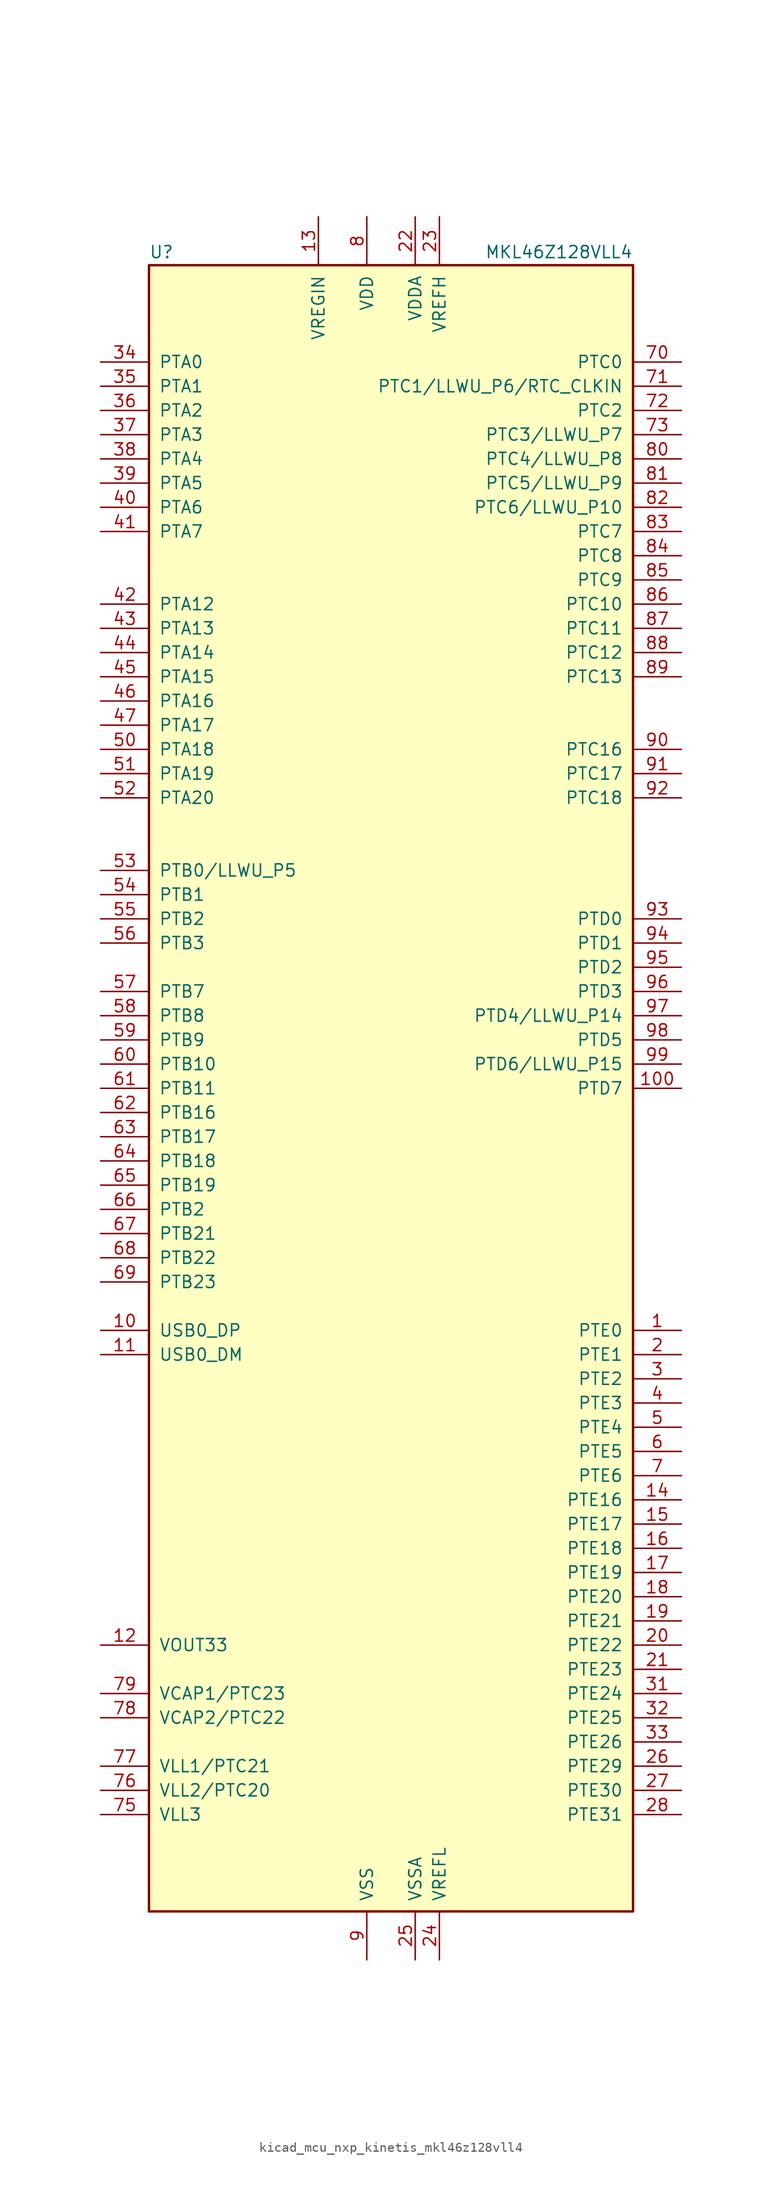
<source format=kicad_sym>
(kicad_symbol_lib
  (version 20220914)
  (generator kicad_symbol_editor)
  (symbol "kicad_mcu_nxp_kinetis_mkl46z128vll4"
    (pin_names
      (offset 1.016))
    (property "Reference" "U"
      (at -25.4 86.995 0)
      (effects (font (size 1.27 1.27)) (justify left bottom)))
    (property "Value" "MKL46Z128VLL4"
      (at 25.4 86.995 0)
      (effects (font (size 1.27 1.27)) (justify right bottom)))
    (symbol "kicad_mcu_nxp_kinetis_mkl46z128vll4_0_1"
      (rectangle (start -25.4 86.36) (end 25.4 -86.36) (stroke (width 0.254) (type default)) (fill (type background))))
    (symbol "kicad_mcu_nxp_kinetis_mkl46z128vll4_1_1"
      (pin bidirectional line (at 30.48 -25.4 180) (length 5.08) (name "PTE0" (effects (font (size 1.27 1.27)))) (number "1" (effects (font (size 1.27 1.27)))))
      (pin bidirectional line (at -30.48 -25.4 0) (length 5.08) (name "USB0_DP" (effects (font (size 1.27 1.27)))) (number "10" (effects (font (size 1.27 1.27)))))
      (pin bidirectional line (at 30.48 0 180) (length 5.08) (name "PTD7" (effects (font (size 1.27 1.27)))) (number "100" (effects (font (size 1.27 1.27)))))
      (pin bidirectional line (at -30.48 -27.94 0) (length 5.08) (name "USB0_DM" (effects (font (size 1.27 1.27)))) (number "11" (effects (font (size 1.27 1.27)))))
      (pin power_out line (at -30.48 -58.42 0) (length 5.08) (name "VOUT33" (effects (font (size 1.27 1.27)))) (number "12" (effects (font (size 1.27 1.27)))))
      (pin power_in line (at -7.62 91.44 270) (length 5.08) (name "VREGIN" (effects (font (size 1.27 1.27)))) (number "13" (effects (font (size 1.27 1.27)))))
      (pin bidirectional line (at 30.48 -43.18 180) (length 5.08) (name "PTE16" (effects (font (size 1.27 1.27)))) (number "14" (effects (font (size 1.27 1.27)))))
      (pin bidirectional line (at 30.48 -45.72 180) (length 5.08) (name "PTE17" (effects (font (size 1.27 1.27)))) (number "15" (effects (font (size 1.27 1.27)))))
      (pin bidirectional line (at 30.48 -48.26 180) (length 5.08) (name "PTE18" (effects (font (size 1.27 1.27)))) (number "16" (effects (font (size 1.27 1.27)))))
      (pin bidirectional line (at 30.48 -50.8 180) (length 5.08) (name "PTE19" (effects (font (size 1.27 1.27)))) (number "17" (effects (font (size 1.27 1.27)))))
      (pin bidirectional line (at 30.48 -53.34 180) (length 5.08) (name "PTE20" (effects (font (size 1.27 1.27)))) (number "18" (effects (font (size 1.27 1.27)))))
      (pin bidirectional line (at 30.48 -55.88 180) (length 5.08) (name "PTE21" (effects (font (size 1.27 1.27)))) (number "19" (effects (font (size 1.27 1.27)))))
      (pin bidirectional line (at 30.48 -27.94 180) (length 5.08) (name "PTE1" (effects (font (size 1.27 1.27)))) (number "2" (effects (font (size 1.27 1.27)))))
      (pin bidirectional line (at 30.48 -58.42 180) (length 5.08) (name "PTE22" (effects (font (size 1.27 1.27)))) (number "20" (effects (font (size 1.27 1.27)))))
      (pin bidirectional line (at 30.48 -60.96 180) (length 5.08) (name "PTE23" (effects (font (size 1.27 1.27)))) (number "21" (effects (font (size 1.27 1.27)))))
      (pin power_in line (at 2.54 91.44 270) (length 5.08) (name "VDDA" (effects (font (size 1.27 1.27)))) (number "22" (effects (font (size 1.27 1.27)))))
      (pin power_in line (at 5.08 91.44 270) (length 5.08) (name "VREFH" (effects (font (size 1.27 1.27)))) (number "23" (effects (font (size 1.27 1.27)))))
      (pin power_in line (at 5.08 -91.44 90) (length 5.08) (name "VREFL" (effects (font (size 1.27 1.27)))) (number "24" (effects (font (size 1.27 1.27)))))
      (pin power_in line (at 2.54 -91.44 90) (length 5.08) (name "VSSA" (effects (font (size 1.27 1.27)))) (number "25" (effects (font (size 1.27 1.27)))))
      (pin bidirectional line (at 30.48 -71.12 180) (length 5.08) (name "PTE29" (effects (font (size 1.27 1.27)))) (number "26" (effects (font (size 1.27 1.27)))))
      (pin bidirectional line (at 30.48 -73.66 180) (length 5.08) (name "PTE30" (effects (font (size 1.27 1.27)))) (number "27" (effects (font (size 1.27 1.27)))))
      (pin bidirectional line (at 30.48 -76.2 180) (length 5.08) (name "PTE31" (effects (font (size 1.27 1.27)))) (number "28" (effects (font (size 1.27 1.27)))))
      (pin passive line (at -2.54 -91.44 90) (length 5.08) hide (name "VSS" (effects (font (size 1.27 1.27)))) (number "29" (effects (font (size 1.27 1.27)))))
      (pin bidirectional line (at 30.48 -30.48 180) (length 5.08) (name "PTE2" (effects (font (size 1.27 1.27)))) (number "3" (effects (font (size 1.27 1.27)))))
      (pin passive line (at -2.54 91.44 270) (length 5.08) hide (name "VDD" (effects (font (size 1.27 1.27)))) (number "30" (effects (font (size 1.27 1.27)))))
      (pin bidirectional line (at 30.48 -63.5 180) (length 5.08) (name "PTE24" (effects (font (size 1.27 1.27)))) (number "31" (effects (font (size 1.27 1.27)))))
      (pin bidirectional line (at 30.48 -66.04 180) (length 5.08) (name "PTE25" (effects (font (size 1.27 1.27)))) (number "32" (effects (font (size 1.27 1.27)))))
      (pin bidirectional line (at 30.48 -68.58 180) (length 5.08) (name "PTE26" (effects (font (size 1.27 1.27)))) (number "33" (effects (font (size 1.27 1.27)))))
      (pin bidirectional line (at -30.48 76.2 0) (length 5.08) (name "PTA0" (effects (font (size 1.27 1.27)))) (number "34" (effects (font (size 1.27 1.27)))))
      (pin bidirectional line (at -30.48 73.66 0) (length 5.08) (name "PTA1" (effects (font (size 1.27 1.27)))) (number "35" (effects (font (size 1.27 1.27)))))
      (pin bidirectional line (at -30.48 71.12 0) (length 5.08) (name "PTA2" (effects (font (size 1.27 1.27)))) (number "36" (effects (font (size 1.27 1.27)))))
      (pin bidirectional line (at -30.48 68.58 0) (length 5.08) (name "PTA3" (effects (font (size 1.27 1.27)))) (number "37" (effects (font (size 1.27 1.27)))))
      (pin bidirectional line (at -30.48 66.04 0) (length 5.08) (name "PTA4" (effects (font (size 1.27 1.27)))) (number "38" (effects (font (size 1.27 1.27)))))
      (pin bidirectional line (at -30.48 63.5 0) (length 5.08) (name "PTA5" (effects (font (size 1.27 1.27)))) (number "39" (effects (font (size 1.27 1.27)))))
      (pin bidirectional line (at 30.48 -33.02 180) (length 5.08) (name "PTE3" (effects (font (size 1.27 1.27)))) (number "4" (effects (font (size 1.27 1.27)))))
      (pin bidirectional line (at -30.48 60.96 0) (length 5.08) (name "PTA6" (effects (font (size 1.27 1.27)))) (number "40" (effects (font (size 1.27 1.27)))))
      (pin bidirectional line (at -30.48 58.42 0) (length 5.08) (name "PTA7" (effects (font (size 1.27 1.27)))) (number "41" (effects (font (size 1.27 1.27)))))
      (pin bidirectional line (at -30.48 50.8 0) (length 5.08) (name "PTA12" (effects (font (size 1.27 1.27)))) (number "42" (effects (font (size 1.27 1.27)))))
      (pin bidirectional line (at -30.48 48.26 0) (length 5.08) (name "PTA13" (effects (font (size 1.27 1.27)))) (number "43" (effects (font (size 1.27 1.27)))))
      (pin bidirectional line (at -30.48 45.72 0) (length 5.08) (name "PTA14" (effects (font (size 1.27 1.27)))) (number "44" (effects (font (size 1.27 1.27)))))
      (pin bidirectional line (at -30.48 43.18 0) (length 5.08) (name "PTA15" (effects (font (size 1.27 1.27)))) (number "45" (effects (font (size 1.27 1.27)))))
      (pin bidirectional line (at -30.48 40.64 0) (length 5.08) (name "PTA16" (effects (font (size 1.27 1.27)))) (number "46" (effects (font (size 1.27 1.27)))))
      (pin bidirectional line (at -30.48 38.1 0) (length 5.08) (name "PTA17" (effects (font (size 1.27 1.27)))) (number "47" (effects (font (size 1.27 1.27)))))
      (pin passive line (at -2.54 91.44 270) (length 5.08) hide (name "VDD" (effects (font (size 1.27 1.27)))) (number "48" (effects (font (size 1.27 1.27)))))
      (pin passive line (at -2.54 -91.44 90) (length 5.08) hide (name "VSS" (effects (font (size 1.27 1.27)))) (number "49" (effects (font (size 1.27 1.27)))))
      (pin bidirectional line (at 30.48 -35.56 180) (length 5.08) (name "PTE4" (effects (font (size 1.27 1.27)))) (number "5" (effects (font (size 1.27 1.27)))))
      (pin bidirectional line (at -30.48 35.56 0) (length 5.08) (name "PTA18" (effects (font (size 1.27 1.27)))) (number "50" (effects (font (size 1.27 1.27)))))
      (pin bidirectional line (at -30.48 33.02 0) (length 5.08) (name "PTA19" (effects (font (size 1.27 1.27)))) (number "51" (effects (font (size 1.27 1.27)))))
      (pin bidirectional line (at -30.48 30.48 0) (length 5.08) (name "PTA20" (effects (font (size 1.27 1.27)))) (number "52" (effects (font (size 1.27 1.27)))))
      (pin bidirectional line (at -30.48 22.86 0) (length 5.08) (name "PTB0/LLWU_P5" (effects (font (size 1.27 1.27)))) (number "53" (effects (font (size 1.27 1.27)))))
      (pin bidirectional line (at -30.48 20.32 0) (length 5.08) (name "PTB1" (effects (font (size 1.27 1.27)))) (number "54" (effects (font (size 1.27 1.27)))))
      (pin bidirectional line (at -30.48 17.78 0) (length 5.08) (name "PTB2" (effects (font (size 1.27 1.27)))) (number "55" (effects (font (size 1.27 1.27)))))
      (pin bidirectional line (at -30.48 15.24 0) (length 5.08) (name "PTB3" (effects (font (size 1.27 1.27)))) (number "56" (effects (font (size 1.27 1.27)))))
      (pin bidirectional line (at -30.48 10.16 0) (length 5.08) (name "PTB7" (effects (font (size 1.27 1.27)))) (number "57" (effects (font (size 1.27 1.27)))))
      (pin bidirectional line (at -30.48 7.62 0) (length 5.08) (name "PTB8" (effects (font (size 1.27 1.27)))) (number "58" (effects (font (size 1.27 1.27)))))
      (pin bidirectional line (at -30.48 5.08 0) (length 5.08) (name "PTB9" (effects (font (size 1.27 1.27)))) (number "59" (effects (font (size 1.27 1.27)))))
      (pin bidirectional line (at 30.48 -38.1 180) (length 5.08) (name "PTE5" (effects (font (size 1.27 1.27)))) (number "6" (effects (font (size 1.27 1.27)))))
      (pin bidirectional line (at -30.48 2.54 0) (length 5.08) (name "PTB10" (effects (font (size 1.27 1.27)))) (number "60" (effects (font (size 1.27 1.27)))))
      (pin bidirectional line (at -30.48 0 0) (length 5.08) (name "PTB11" (effects (font (size 1.27 1.27)))) (number "61" (effects (font (size 1.27 1.27)))))
      (pin bidirectional line (at -30.48 -2.54 0) (length 5.08) (name "PTB16" (effects (font (size 1.27 1.27)))) (number "62" (effects (font (size 1.27 1.27)))))
      (pin bidirectional line (at -30.48 -5.08 0) (length 5.08) (name "PTB17" (effects (font (size 1.27 1.27)))) (number "63" (effects (font (size 1.27 1.27)))))
      (pin bidirectional line (at -30.48 -7.62 0) (length 5.08) (name "PTB18" (effects (font (size 1.27 1.27)))) (number "64" (effects (font (size 1.27 1.27)))))
      (pin bidirectional line (at -30.48 -10.16 0) (length 5.08) (name "PTB19" (effects (font (size 1.27 1.27)))) (number "65" (effects (font (size 1.27 1.27)))))
      (pin bidirectional line (at -30.48 -12.7 0) (length 5.08) (name "PTB2" (effects (font (size 1.27 1.27)))) (number "66" (effects (font (size 1.27 1.27)))))
      (pin bidirectional line (at -30.48 -15.24 0) (length 5.08) (name "PTB21" (effects (font (size 1.27 1.27)))) (number "67" (effects (font (size 1.27 1.27)))))
      (pin bidirectional line (at -30.48 -17.78 0) (length 5.08) (name "PTB22" (effects (font (size 1.27 1.27)))) (number "68" (effects (font (size 1.27 1.27)))))
      (pin bidirectional line (at -30.48 -20.32 0) (length 5.08) (name "PTB23" (effects (font (size 1.27 1.27)))) (number "69" (effects (font (size 1.27 1.27)))))
      (pin bidirectional line (at 30.48 -40.64 180) (length 5.08) (name "PTE6" (effects (font (size 1.27 1.27)))) (number "7" (effects (font (size 1.27 1.27)))))
      (pin bidirectional line (at 30.48 76.2 180) (length 5.08) (name "PTC0" (effects (font (size 1.27 1.27)))) (number "70" (effects (font (size 1.27 1.27)))))
      (pin bidirectional line (at 30.48 73.66 180) (length 5.08) (name "PTC1/LLWU_P6/RTC_CLKIN" (effects (font (size 1.27 1.27)))) (number "71" (effects (font (size 1.27 1.27)))))
      (pin bidirectional line (at 30.48 71.12 180) (length 5.08) (name "PTC2" (effects (font (size 1.27 1.27)))) (number "72" (effects (font (size 1.27 1.27)))))
      (pin bidirectional line (at 30.48 68.58 180) (length 5.08) (name "PTC3/LLWU_P7" (effects (font (size 1.27 1.27)))) (number "73" (effects (font (size 1.27 1.27)))))
      (pin passive line (at -2.54 -91.44 90) (length 5.08) hide (name "VSS" (effects (font (size 1.27 1.27)))) (number "74" (effects (font (size 1.27 1.27)))))
      (pin power_out line (at -30.48 -76.2 0) (length 5.08) (name "VLL3" (effects (font (size 1.27 1.27)))) (number "75" (effects (font (size 1.27 1.27)))))
      (pin power_out line (at -30.48 -73.66 0) (length 5.08) (name "VLL2/PTC20" (effects (font (size 1.27 1.27)))) (number "76" (effects (font (size 1.27 1.27)))))
      (pin power_out line (at -30.48 -71.12 0) (length 5.08) (name "VLL1/PTC21" (effects (font (size 1.27 1.27)))) (number "77" (effects (font (size 1.27 1.27)))))
      (pin passive line (at -30.48 -66.04 0) (length 5.08) (name "VCAP2/PTC22" (effects (font (size 1.27 1.27)))) (number "78" (effects (font (size 1.27 1.27)))))
      (pin passive line (at -30.48 -63.5 0) (length 5.08) (name "VCAP1/PTC23" (effects (font (size 1.27 1.27)))) (number "79" (effects (font (size 1.27 1.27)))))
      (pin power_in line (at -2.54 91.44 270) (length 5.08) (name "VDD" (effects (font (size 1.27 1.27)))) (number "8" (effects (font (size 1.27 1.27)))))
      (pin bidirectional line (at 30.48 66.04 180) (length 5.08) (name "PTC4/LLWU_P8" (effects (font (size 1.27 1.27)))) (number "80" (effects (font (size 1.27 1.27)))))
      (pin bidirectional line (at 30.48 63.5 180) (length 5.08) (name "PTC5/LLWU_P9" (effects (font (size 1.27 1.27)))) (number "81" (effects (font (size 1.27 1.27)))))
      (pin bidirectional line (at 30.48 60.96 180) (length 5.08) (name "PTC6/LLWU_P10" (effects (font (size 1.27 1.27)))) (number "82" (effects (font (size 1.27 1.27)))))
      (pin bidirectional line (at 30.48 58.42 180) (length 5.08) (name "PTC7" (effects (font (size 1.27 1.27)))) (number "83" (effects (font (size 1.27 1.27)))))
      (pin bidirectional line (at 30.48 55.88 180) (length 5.08) (name "PTC8" (effects (font (size 1.27 1.27)))) (number "84" (effects (font (size 1.27 1.27)))))
      (pin bidirectional line (at 30.48 53.34 180) (length 5.08) (name "PTC9" (effects (font (size 1.27 1.27)))) (number "85" (effects (font (size 1.27 1.27)))))
      (pin bidirectional line (at 30.48 50.8 180) (length 5.08) (name "PTC10" (effects (font (size 1.27 1.27)))) (number "86" (effects (font (size 1.27 1.27)))))
      (pin bidirectional line (at 30.48 48.26 180) (length 5.08) (name "PTC11" (effects (font (size 1.27 1.27)))) (number "87" (effects (font (size 1.27 1.27)))))
      (pin bidirectional line (at 30.48 45.72 180) (length 5.08) (name "PTC12" (effects (font (size 1.27 1.27)))) (number "88" (effects (font (size 1.27 1.27)))))
      (pin bidirectional line (at 30.48 43.18 180) (length 5.08) (name "PTC13" (effects (font (size 1.27 1.27)))) (number "89" (effects (font (size 1.27 1.27)))))
      (pin power_in line (at -2.54 -91.44 90) (length 5.08) (name "VSS" (effects (font (size 1.27 1.27)))) (number "9" (effects (font (size 1.27 1.27)))))
      (pin bidirectional line (at 30.48 35.56 180) (length 5.08) (name "PTC16" (effects (font (size 1.27 1.27)))) (number "90" (effects (font (size 1.27 1.27)))))
      (pin bidirectional line (at 30.48 33.02 180) (length 5.08) (name "PTC17" (effects (font (size 1.27 1.27)))) (number "91" (effects (font (size 1.27 1.27)))))
      (pin bidirectional line (at 30.48 30.48 180) (length 5.08) (name "PTC18" (effects (font (size 1.27 1.27)))) (number "92" (effects (font (size 1.27 1.27)))))
      (pin bidirectional line (at 30.48 17.78 180) (length 5.08) (name "PTD0" (effects (font (size 1.27 1.27)))) (number "93" (effects (font (size 1.27 1.27)))))
      (pin bidirectional line (at 30.48 15.24 180) (length 5.08) (name "PTD1" (effects (font (size 1.27 1.27)))) (number "94" (effects (font (size 1.27 1.27)))))
      (pin bidirectional line (at 30.48 12.7 180) (length 5.08) (name "PTD2" (effects (font (size 1.27 1.27)))) (number "95" (effects (font (size 1.27 1.27)))))
      (pin bidirectional line (at 30.48 10.16 180) (length 5.08) (name "PTD3" (effects (font (size 1.27 1.27)))) (number "96" (effects (font (size 1.27 1.27)))))
      (pin bidirectional line (at 30.48 7.62 180) (length 5.08) (name "PTD4/LLWU_P14" (effects (font (size 1.27 1.27)))) (number "97" (effects (font (size 1.27 1.27)))))
      (pin bidirectional line (at 30.48 5.08 180) (length 5.08) (name "PTD5" (effects (font (size 1.27 1.27)))) (number "98" (effects (font (size 1.27 1.27)))))
      (pin bidirectional line (at 30.48 2.54 180) (length 5.08) (name "PTD6/LLWU_P15" (effects (font (size 1.27 1.27)))) (number "99" (effects (font (size 1.27 1.27))))))))
</source>
